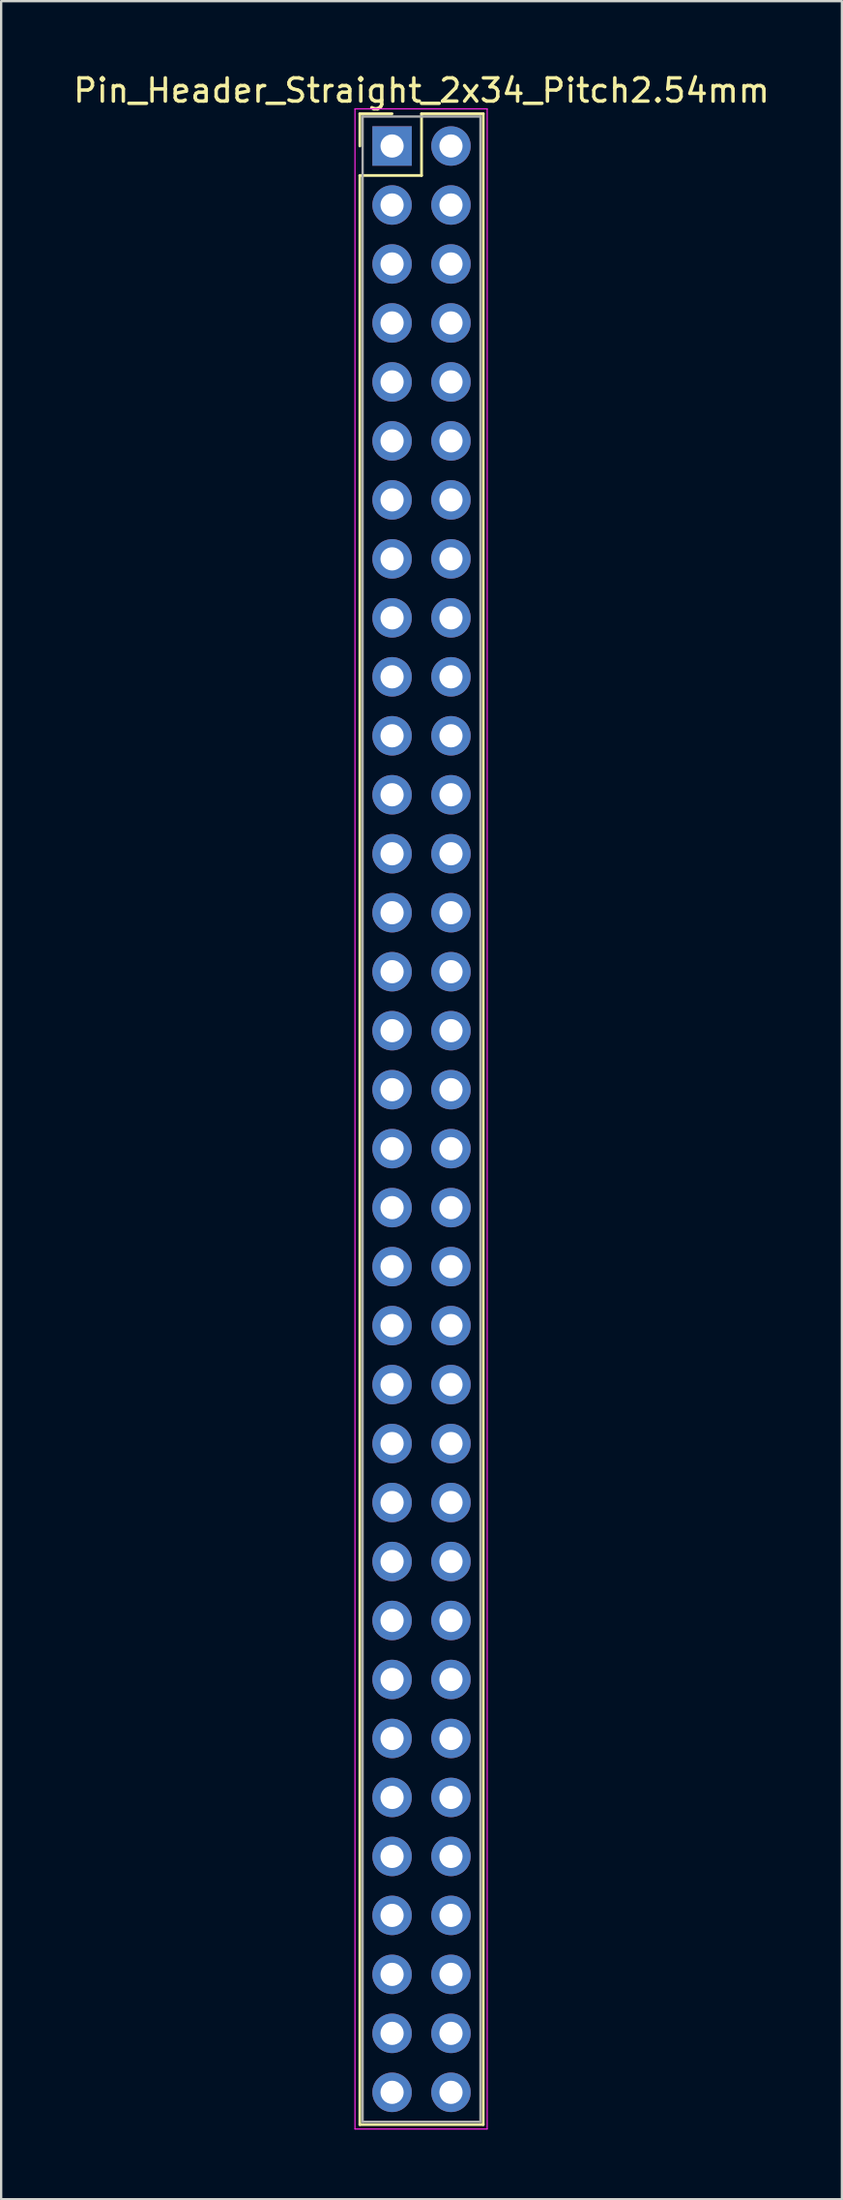
<source format=kicad_pcb>
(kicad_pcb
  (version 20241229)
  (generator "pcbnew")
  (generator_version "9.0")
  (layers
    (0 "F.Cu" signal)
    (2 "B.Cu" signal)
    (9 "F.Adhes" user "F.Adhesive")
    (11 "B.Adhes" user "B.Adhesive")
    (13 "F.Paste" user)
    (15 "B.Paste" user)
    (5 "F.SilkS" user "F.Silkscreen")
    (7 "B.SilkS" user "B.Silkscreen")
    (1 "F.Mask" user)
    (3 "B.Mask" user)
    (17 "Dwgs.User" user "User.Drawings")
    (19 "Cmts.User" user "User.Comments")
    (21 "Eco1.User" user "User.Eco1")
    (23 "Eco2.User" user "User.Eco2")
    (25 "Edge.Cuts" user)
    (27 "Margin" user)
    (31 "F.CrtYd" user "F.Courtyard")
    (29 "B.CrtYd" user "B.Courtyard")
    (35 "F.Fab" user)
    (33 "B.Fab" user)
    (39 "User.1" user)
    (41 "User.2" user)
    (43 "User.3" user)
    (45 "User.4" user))
  (footprint "Pin_Header_Straight_2x34_Pitch2.54mm"
    (layer "F.Cu")
    (at 13.855 3.238)
    (property "Reference" "Pin_Header_Straight_2x34_Pitch2.54mm" (at 1.27 -2.39 0) (layer "F.SilkS") (effects (font (size 1 1) (thickness 0.15))))
    (attr through_hole)
    (fp_line (start -1.39 -1.39) (end 0 -1.39) (stroke (width 0.12) (type solid)) (layer "F.SilkS"))
    (fp_line (start -1.39 0) (end -1.39 -1.39) (stroke (width 0.12) (type solid)) (layer "F.SilkS"))
    (fp_line (start -1.39 1.27) (end -1.39 85.21) (stroke (width 0.12) (type solid)) (layer "F.SilkS"))
    (fp_line (start -1.39 85.21) (end 3.93 85.21) (stroke (width 0.12) (type solid)) (layer "F.SilkS"))
    (fp_line (start 1.27 -1.39) (end 1.27 1.27) (stroke (width 0.12) (type solid)) (layer "F.SilkS"))
    (fp_line (start 1.27 1.27) (end -1.39 1.27) (stroke (width 0.12) (type solid)) (layer "F.SilkS"))
    (fp_line (start 3.93 -1.39) (end 1.27 -1.39) (stroke (width 0.12) (type solid)) (layer "F.SilkS"))
    (fp_line (start 3.93 85.21) (end 3.93 -1.39) (stroke (width 0.12) (type solid)) (layer "F.SilkS"))
    (fp_line (start -1.6 -1.6) (end -1.6 85.4) (stroke (width 0.05) (type solid)) (layer "F.CrtYd"))
    (fp_line (start -1.6 85.4) (end 4.1 85.4) (stroke (width 0.05) (type solid)) (layer "F.CrtYd"))
    (fp_line (start 4.1 -1.6) (end -1.6 -1.6) (stroke (width 0.05) (type solid)) (layer "F.CrtYd"))
    (fp_line (start 4.1 85.4) (end 4.1 -1.6) (stroke (width 0.05) (type solid)) (layer "F.CrtYd"))
    (fp_line (start -1.27 -1.27) (end -1.27 85.09) (stroke (width 0.1) (type solid)) (layer "F.Fab"))
    (fp_line (start -1.27 85.09) (end 3.81 85.09) (stroke (width 0.1) (type solid)) (layer "F.Fab"))
    (fp_line (start 3.81 -1.27) (end -1.27 -1.27) (stroke (width 0.1) (type solid)) (layer "F.Fab"))
    (fp_line (start 3.81 85.09) (end 3.81 -1.27) (stroke (width 0.1) (type solid)) (layer "F.Fab"))
    (pad "1" thru_hole rect (at 0 0) (size 1.7 1.7) (drill 1) (layers "*.Cu" "*.Mask"))
    (pad "2" thru_hole oval (at 2.54 0) (size 1.7 1.7) (drill 1) (layers "*.Cu" "*.Mask"))
    (pad "3" thru_hole oval (at 0 2.54) (size 1.7 1.7) (drill 1) (layers "*.Cu" "*.Mask"))
    (pad "4" thru_hole oval (at 2.54 2.54) (size 1.7 1.7) (drill 1) (layers "*.Cu" "*.Mask"))
    (pad "5" thru_hole oval (at 0 5.08) (size 1.7 1.7) (drill 1) (layers "*.Cu" "*.Mask"))
    (pad "6" thru_hole oval (at 2.54 5.08) (size 1.7 1.7) (drill 1) (layers "*.Cu" "*.Mask"))
    (pad "7" thru_hole oval (at 0 7.62) (size 1.7 1.7) (drill 1) (layers "*.Cu" "*.Mask"))
    (pad "8" thru_hole oval (at 2.54 7.62) (size 1.7 1.7) (drill 1) (layers "*.Cu" "*.Mask"))
    (pad "9" thru_hole oval (at 0 10.16) (size 1.7 1.7) (drill 1) (layers "*.Cu" "*.Mask"))
    (pad "10" thru_hole oval (at 2.54 10.16) (size 1.7 1.7) (drill 1) (layers "*.Cu" "*.Mask"))
    (pad "11" thru_hole oval (at 0 12.7) (size 1.7 1.7) (drill 1) (layers "*.Cu" "*.Mask"))
    (pad "12" thru_hole oval (at 2.54 12.7) (size 1.7 1.7) (drill 1) (layers "*.Cu" "*.Mask"))
    (pad "13" thru_hole oval (at 0 15.24) (size 1.7 1.7) (drill 1) (layers "*.Cu" "*.Mask"))
    (pad "14" thru_hole oval (at 2.54 15.24) (size 1.7 1.7) (drill 1) (layers "*.Cu" "*.Mask"))
    (pad "15" thru_hole oval (at 0 17.78) (size 1.7 1.7) (drill 1) (layers "*.Cu" "*.Mask"))
    (pad "16" thru_hole oval (at 2.54 17.78) (size 1.7 1.7) (drill 1) (layers "*.Cu" "*.Mask"))
    (pad "17" thru_hole oval (at 0 20.32) (size 1.7 1.7) (drill 1) (layers "*.Cu" "*.Mask"))
    (pad "18" thru_hole oval (at 2.54 20.32) (size 1.7 1.7) (drill 1) (layers "*.Cu" "*.Mask"))
    (pad "19" thru_hole oval (at 0 22.86) (size 1.7 1.7) (drill 1) (layers "*.Cu" "*.Mask"))
    (pad "20" thru_hole oval (at 2.54 22.86) (size 1.7 1.7) (drill 1) (layers "*.Cu" "*.Mask"))
    (pad "21" thru_hole oval (at 0 25.4) (size 1.7 1.7) (drill 1) (layers "*.Cu" "*.Mask"))
    (pad "22" thru_hole oval (at 2.54 25.4) (size 1.7 1.7) (drill 1) (layers "*.Cu" "*.Mask"))
    (pad "23" thru_hole oval (at 0 27.94) (size 1.7 1.7) (drill 1) (layers "*.Cu" "*.Mask"))
    (pad "24" thru_hole oval (at 2.54 27.94) (size 1.7 1.7) (drill 1) (layers "*.Cu" "*.Mask"))
    (pad "25" thru_hole oval (at 0 30.48) (size 1.7 1.7) (drill 1) (layers "*.Cu" "*.Mask"))
    (pad "26" thru_hole oval (at 2.54 30.48) (size 1.7 1.7) (drill 1) (layers "*.Cu" "*.Mask"))
    (pad "27" thru_hole oval (at 0 33.02) (size 1.7 1.7) (drill 1) (layers "*.Cu" "*.Mask"))
    (pad "28" thru_hole oval (at 2.54 33.02) (size 1.7 1.7) (drill 1) (layers "*.Cu" "*.Mask"))
    (pad "29" thru_hole oval (at 0 35.56) (size 1.7 1.7) (drill 1) (layers "*.Cu" "*.Mask"))
    (pad "30" thru_hole oval (at 2.54 35.56) (size 1.7 1.7) (drill 1) (layers "*.Cu" "*.Mask"))
    (pad "31" thru_hole oval (at 0 38.1) (size 1.7 1.7) (drill 1) (layers "*.Cu" "*.Mask"))
    (pad "32" thru_hole oval (at 2.54 38.1) (size 1.7 1.7) (drill 1) (layers "*.Cu" "*.Mask"))
    (pad "33" thru_hole oval (at 0 40.64) (size 1.7 1.7) (drill 1) (layers "*.Cu" "*.Mask"))
    (pad "34" thru_hole oval (at 2.54 40.64) (size 1.7 1.7) (drill 1) (layers "*.Cu" "*.Mask"))
    (pad "35" thru_hole oval (at 0 43.18) (size 1.7 1.7) (drill 1) (layers "*.Cu" "*.Mask"))
    (pad "36" thru_hole oval (at 2.54 43.18) (size 1.7 1.7) (drill 1) (layers "*.Cu" "*.Mask"))
    (pad "37" thru_hole oval (at 0 45.72) (size 1.7 1.7) (drill 1) (layers "*.Cu" "*.Mask"))
    (pad "38" thru_hole oval (at 2.54 45.72) (size 1.7 1.7) (drill 1) (layers "*.Cu" "*.Mask"))
    (pad "39" thru_hole oval (at 0 48.26) (size 1.7 1.7) (drill 1) (layers "*.Cu" "*.Mask"))
    (pad "40" thru_hole oval (at 2.54 48.26) (size 1.7 1.7) (drill 1) (layers "*.Cu" "*.Mask"))
    (pad "41" thru_hole oval (at 0 50.8) (size 1.7 1.7) (drill 1) (layers "*.Cu" "*.Mask"))
    (pad "42" thru_hole oval (at 2.54 50.8) (size 1.7 1.7) (drill 1) (layers "*.Cu" "*.Mask"))
    (pad "43" thru_hole oval (at 0 53.34) (size 1.7 1.7) (drill 1) (layers "*.Cu" "*.Mask"))
    (pad "44" thru_hole oval (at 2.54 53.34) (size 1.7 1.7) (drill 1) (layers "*.Cu" "*.Mask"))
    (pad "45" thru_hole oval (at 0 55.88) (size 1.7 1.7) (drill 1) (layers "*.Cu" "*.Mask"))
    (pad "46" thru_hole oval (at 2.54 55.88) (size 1.7 1.7) (drill 1) (layers "*.Cu" "*.Mask"))
    (pad "47" thru_hole oval (at 0 58.42) (size 1.7 1.7) (drill 1) (layers "*.Cu" "*.Mask"))
    (pad "48" thru_hole oval (at 2.54 58.42) (size 1.7 1.7) (drill 1) (layers "*.Cu" "*.Mask"))
    (pad "49" thru_hole oval (at 0 60.96) (size 1.7 1.7) (drill 1) (layers "*.Cu" "*.Mask"))
    (pad "50" thru_hole oval (at 2.54 60.96) (size 1.7 1.7) (drill 1) (layers "*.Cu" "*.Mask"))
    (pad "51" thru_hole oval (at 0 63.5) (size 1.7 1.7) (drill 1) (layers "*.Cu" "*.Mask"))
    (pad "52" thru_hole oval (at 2.54 63.5) (size 1.7 1.7) (drill 1) (layers "*.Cu" "*.Mask"))
    (pad "53" thru_hole oval (at 0 66.04) (size 1.7 1.7) (drill 1) (layers "*.Cu" "*.Mask"))
    (pad "54" thru_hole oval (at 2.54 66.04) (size 1.7 1.7) (drill 1) (layers "*.Cu" "*.Mask"))
    (pad "55" thru_hole oval (at 0 68.58) (size 1.7 1.7) (drill 1) (layers "*.Cu" "*.Mask"))
    (pad "56" thru_hole oval (at 2.54 68.58) (size 1.7 1.7) (drill 1) (layers "*.Cu" "*.Mask"))
    (pad "57" thru_hole oval (at 0 71.12) (size 1.7 1.7) (drill 1) (layers "*.Cu" "*.Mask"))
    (pad "58" thru_hole oval (at 2.54 71.12) (size 1.7 1.7) (drill 1) (layers "*.Cu" "*.Mask"))
    (pad "59" thru_hole oval (at 0 73.66) (size 1.7 1.7) (drill 1) (layers "*.Cu" "*.Mask"))
    (pad "60" thru_hole oval (at 2.54 73.66) (size 1.7 1.7) (drill 1) (layers "*.Cu" "*.Mask"))
    (pad "61" thru_hole oval (at 0 76.2) (size 1.7 1.7) (drill 1) (layers "*.Cu" "*.Mask"))
    (pad "62" thru_hole oval (at 2.54 76.2) (size 1.7 1.7) (drill 1) (layers "*.Cu" "*.Mask"))
    (pad "63" thru_hole oval (at 0 78.74) (size 1.7 1.7) (drill 1) (layers "*.Cu" "*.Mask"))
    (pad "64" thru_hole oval (at 2.54 78.74) (size 1.7 1.7) (drill 1) (layers "*.Cu" "*.Mask"))
    (pad "65" thru_hole oval (at 0 81.28) (size 1.7 1.7) (drill 1) (layers "*.Cu" "*.Mask"))
    (pad "66" thru_hole oval (at 2.54 81.28) (size 1.7 1.7) (drill 1) (layers "*.Cu" "*.Mask"))
    (pad "67" thru_hole oval (at 0 83.82) (size 1.7 1.7) (drill 1) (layers "*.Cu" "*.Mask"))
    (pad "68" thru_hole oval (at 2.54 83.82) (size 1.7 1.7) (drill 1) (layers "*.Cu" "*.Mask")))
  (gr_rect
    (start -3 -3)
    (end 33.25 91.663)
    (stroke (width 0.1) (type default))
    (fill no)
    (layer "Edge.Cuts")))
</source>
